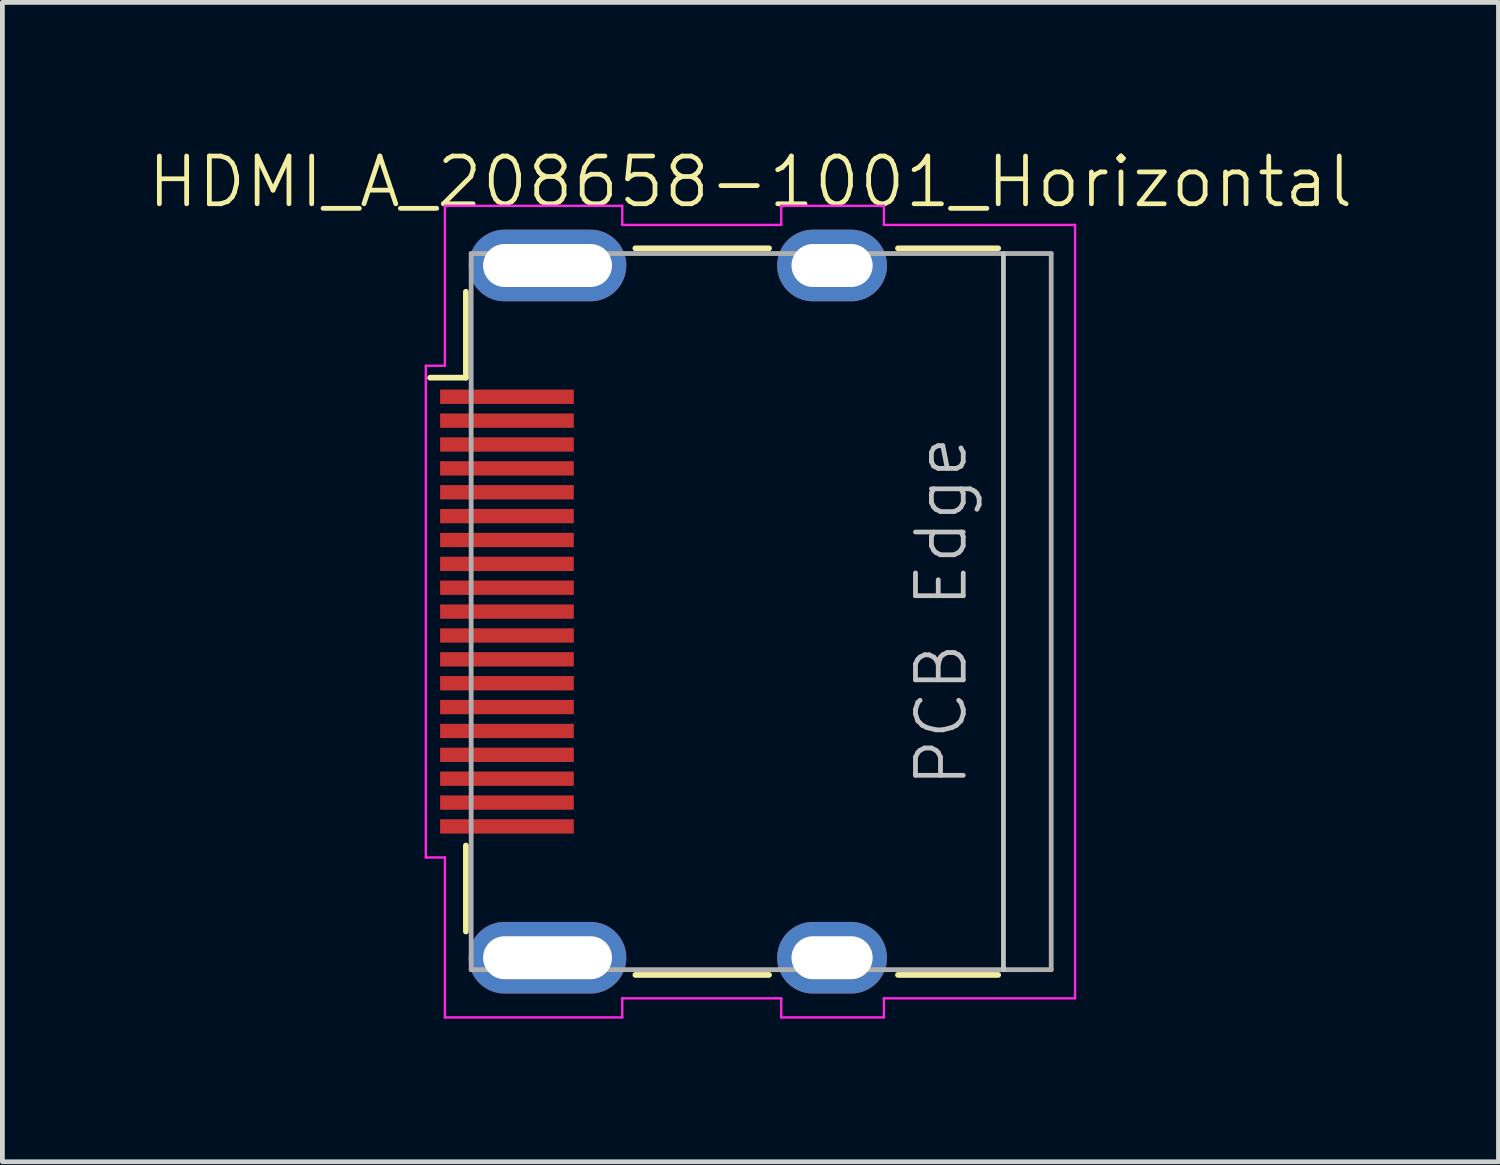
<source format=kicad_pcb>
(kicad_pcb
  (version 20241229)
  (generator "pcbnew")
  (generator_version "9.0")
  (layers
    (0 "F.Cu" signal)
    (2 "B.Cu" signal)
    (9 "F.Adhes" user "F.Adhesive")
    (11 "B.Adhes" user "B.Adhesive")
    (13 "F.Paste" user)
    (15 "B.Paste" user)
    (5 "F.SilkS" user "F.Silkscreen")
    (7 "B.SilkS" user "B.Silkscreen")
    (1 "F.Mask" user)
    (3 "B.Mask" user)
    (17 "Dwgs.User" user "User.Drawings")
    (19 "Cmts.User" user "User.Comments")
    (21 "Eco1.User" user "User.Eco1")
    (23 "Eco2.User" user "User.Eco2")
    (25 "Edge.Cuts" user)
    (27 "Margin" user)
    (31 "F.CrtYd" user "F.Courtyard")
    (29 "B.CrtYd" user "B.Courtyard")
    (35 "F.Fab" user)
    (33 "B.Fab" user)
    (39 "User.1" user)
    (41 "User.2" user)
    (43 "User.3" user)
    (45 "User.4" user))
  (footprint "HDMI_A_208658-1001_Horizontal"
    (layer "F.Cu")
    (at 10.969 9.761)
    (property "Reference" "HDMI_A_208658-1001_Horizontal" (at 1.7 -9 0) (layer "F.SilkS") (effects (font (size 1 1) (thickness 0.1))))
    (attr through_hole)
    (fp_line (start -5.01 -4.9) (end -4.26 -4.9) (stroke (width 0.12) (type solid)) (layer "F.SilkS"))
    (fp_line (start -4.26 -4.9) (end -4.26 -6.7) (stroke (width 0.12) (type solid)) (layer "F.SilkS"))
    (fp_line (start -4.26 6.7) (end -4.26 4.9) (stroke (width 0.12) (type solid)) (layer "F.SilkS"))
    (fp_line (start -0.71 -7.61) (end 2.09 -7.61) (stroke (width 0.12) (type solid)) (layer "F.SilkS"))
    (fp_line (start -0.71 7.61) (end 2.09 7.61) (stroke (width 0.12) (type solid)) (layer "F.SilkS"))
    (fp_line (start 4.79 -7.61) (end 6.89 -7.61) (stroke (width 0.12) (type solid)) (layer "F.SilkS"))
    (fp_line (start 4.79 7.61) (end 6.89 7.61) (stroke (width 0.12) (type solid)) (layer "F.SilkS"))
    (fp_line (start 7 -7.5) (end 7 7.5) (stroke (width 0.1) (type solid)) (layer "Dwgs.User"))
    (fp_line (start -5.1 5.15) (end -5.1 -5.15) (stroke (width 0.05) (type solid)) (layer "F.CrtYd"))
    (fp_line (start -4.7 -5.15) (end -5.1 -5.15) (stroke (width 0.05) (type solid)) (layer "F.CrtYd"))
    (fp_line (start -4.7 -5.15) (end -4.7 -8.5) (stroke (width 0.05) (type solid)) (layer "F.CrtYd"))
    (fp_line (start -4.7 5.15) (end -5.1 5.15) (stroke (width 0.05) (type solid)) (layer "F.CrtYd"))
    (fp_line (start -4.7 8.5) (end -4.7 5.15) (stroke (width 0.05) (type solid)) (layer "F.CrtYd"))
    (fp_line (start -0.985 -8.5) (end -4.7 -8.5) (stroke (width 0.05) (type solid)) (layer "F.CrtYd"))
    (fp_line (start -0.985 -8.1) (end -0.985 -8.5) (stroke (width 0.05) (type solid)) (layer "F.CrtYd"))
    (fp_line (start -0.985 8.5) (end -4.7 8.5) (stroke (width 0.05) (type solid)) (layer "F.CrtYd"))
    (fp_line (start -0.985 8.5) (end -0.985 8.1) (stroke (width 0.05) (type solid)) (layer "F.CrtYd"))
    (fp_line (start 2.345 -8.1) (end -0.985 -8.1) (stroke (width 0.05) (type solid)) (layer "F.CrtYd"))
    (fp_line (start 2.345 -8.1) (end 2.345 -8.5) (stroke (width 0.05) (type solid)) (layer "F.CrtYd"))
    (fp_line (start 2.345 8.1) (end -0.985 8.1) (stroke (width 0.05) (type solid)) (layer "F.CrtYd"))
    (fp_line (start 2.345 8.5) (end 2.345 8.1) (stroke (width 0.05) (type solid)) (layer "F.CrtYd"))
    (fp_line (start 4.495 -8.5) (end 2.345 -8.5) (stroke (width 0.05) (type solid)) (layer "F.CrtYd"))
    (fp_line (start 4.495 -8.1) (end 4.495 -8.5) (stroke (width 0.05) (type solid)) (layer "F.CrtYd"))
    (fp_line (start 4.495 8.5) (end 2.345 8.5) (stroke (width 0.05) (type solid)) (layer "F.CrtYd"))
    (fp_line (start 4.495 8.5) (end 4.495 8.1) (stroke (width 0.05) (type solid)) (layer "F.CrtYd"))
    (fp_line (start 8.5 -8.1) (end 4.495 -8.1) (stroke (width 0.05) (type solid)) (layer "F.CrtYd"))
    (fp_line (start 8.5 8.1) (end 4.495 8.1) (stroke (width 0.05) (type solid)) (layer "F.CrtYd"))
    (fp_line (start 8.5 8.1) (end 8.5 -8.1) (stroke (width 0.05) (type solid)) (layer "F.CrtYd"))
    (fp_line (start -4.15 -7.5) (end -4.15 7.5) (stroke (width 0.1) (type solid)) (layer "F.Fab"))
    (fp_line (start -4.15 -7.5) (end 8 -7.5) (stroke (width 0.1) (type solid)) (layer "F.Fab"))
    (fp_line (start -4.15 7.5) (end 8 7.5) (stroke (width 0.1) (type solid)) (layer "F.Fab"))
    (fp_line (start 8 -7.5) (end 8 7.5) (stroke (width 0.1) (type solid)) (layer "F.Fab"))
    (fp_text user "PCB Edge" (at 5.7 0 90) (layer "Dwgs.User") (effects (font (size 1 1) (thickness 0.1))))
    (pad "1" smd rect (at -3.4 -4.5) (size 2.8 0.3) (layers "F.Cu" "F.Mask" "F.Paste"))
    (pad "2" smd rect (at -3.4 -4) (size 2.8 0.3) (layers "F.Cu" "F.Mask" "F.Paste"))
    (pad "3" smd rect (at -3.4 -3.5) (size 2.8 0.3) (layers "F.Cu" "F.Mask" "F.Paste"))
    (pad "4" smd rect (at -3.4 -3) (size 2.8 0.3) (layers "F.Cu" "F.Mask" "F.Paste"))
    (pad "5" smd rect (at -3.4 -2.5) (size 2.8 0.3) (layers "F.Cu" "F.Mask" "F.Paste"))
    (pad "6" smd rect (at -3.4 -2) (size 2.8 0.3) (layers "F.Cu" "F.Mask" "F.Paste"))
    (pad "7" smd rect (at -3.4 -1.5) (size 2.8 0.3) (layers "F.Cu" "F.Mask" "F.Paste"))
    (pad "8" smd rect (at -3.4 -1) (size 2.8 0.3) (layers "F.Cu" "F.Mask" "F.Paste"))
    (pad "9" smd rect (at -3.4 -0.5) (size 2.8 0.3) (layers "F.Cu" "F.Mask" "F.Paste"))
    (pad "10" smd rect (at -3.4 0) (size 2.8 0.3) (layers "F.Cu" "F.Mask" "F.Paste"))
    (pad "11" smd rect (at -3.4 0.5) (size 2.8 0.3) (layers "F.Cu" "F.Mask" "F.Paste"))
    (pad "12" smd rect (at -3.4 1) (size 2.8 0.3) (layers "F.Cu" "F.Mask" "F.Paste"))
    (pad "13" smd rect (at -3.4 1.5) (size 2.8 0.3) (layers "F.Cu" "F.Mask" "F.Paste"))
    (pad "14" smd rect (at -3.4 2) (size 2.8 0.3) (layers "F.Cu" "F.Mask" "F.Paste"))
    (pad "15" smd rect (at -3.4 2.5) (size 2.8 0.3) (layers "F.Cu" "F.Mask" "F.Paste"))
    (pad "16" smd rect (at -3.4 3) (size 2.8 0.3) (layers "F.Cu" "F.Mask" "F.Paste"))
    (pad "17" smd rect (at -3.4 3.5) (size 2.8 0.3) (layers "F.Cu" "F.Mask" "F.Paste"))
    (pad "18" smd rect (at -3.4 4) (size 2.8 0.3) (layers "F.Cu" "F.Mask" "F.Paste"))
    (pad "19" smd rect (at -3.4 4.5) (size 2.8 0.3) (layers "F.Cu" "F.Mask" "F.Paste"))
    (pad "SH" thru_hole oval (at -2.55 -7.25) (size 3.3 1.5) (drill oval 2.7 0.9) (layers "*.Cu" "*.Mask"))
    (pad "SH" thru_hole oval (at -2.55 7.25) (size 3.3 1.5) (drill oval 2.7 0.9) (layers "*.Cu" "*.Mask"))
    (pad "SH" thru_hole oval (at 3.41 -7.25) (size 2.3 1.5) (drill oval 1.7 0.9) (layers "*.Cu" "*.Mask"))
    (pad "SH" thru_hole oval (at 3.41 7.25) (size 2.3 1.5) (drill oval 1.7 0.9) (layers "*.Cu" "*.Mask")))
  (gr_rect
    (start -3 -3)
    (end 28.338 21.285)
    (stroke (width 0.1) (type default))
    (fill no)
    (layer "Edge.Cuts")))
</source>
